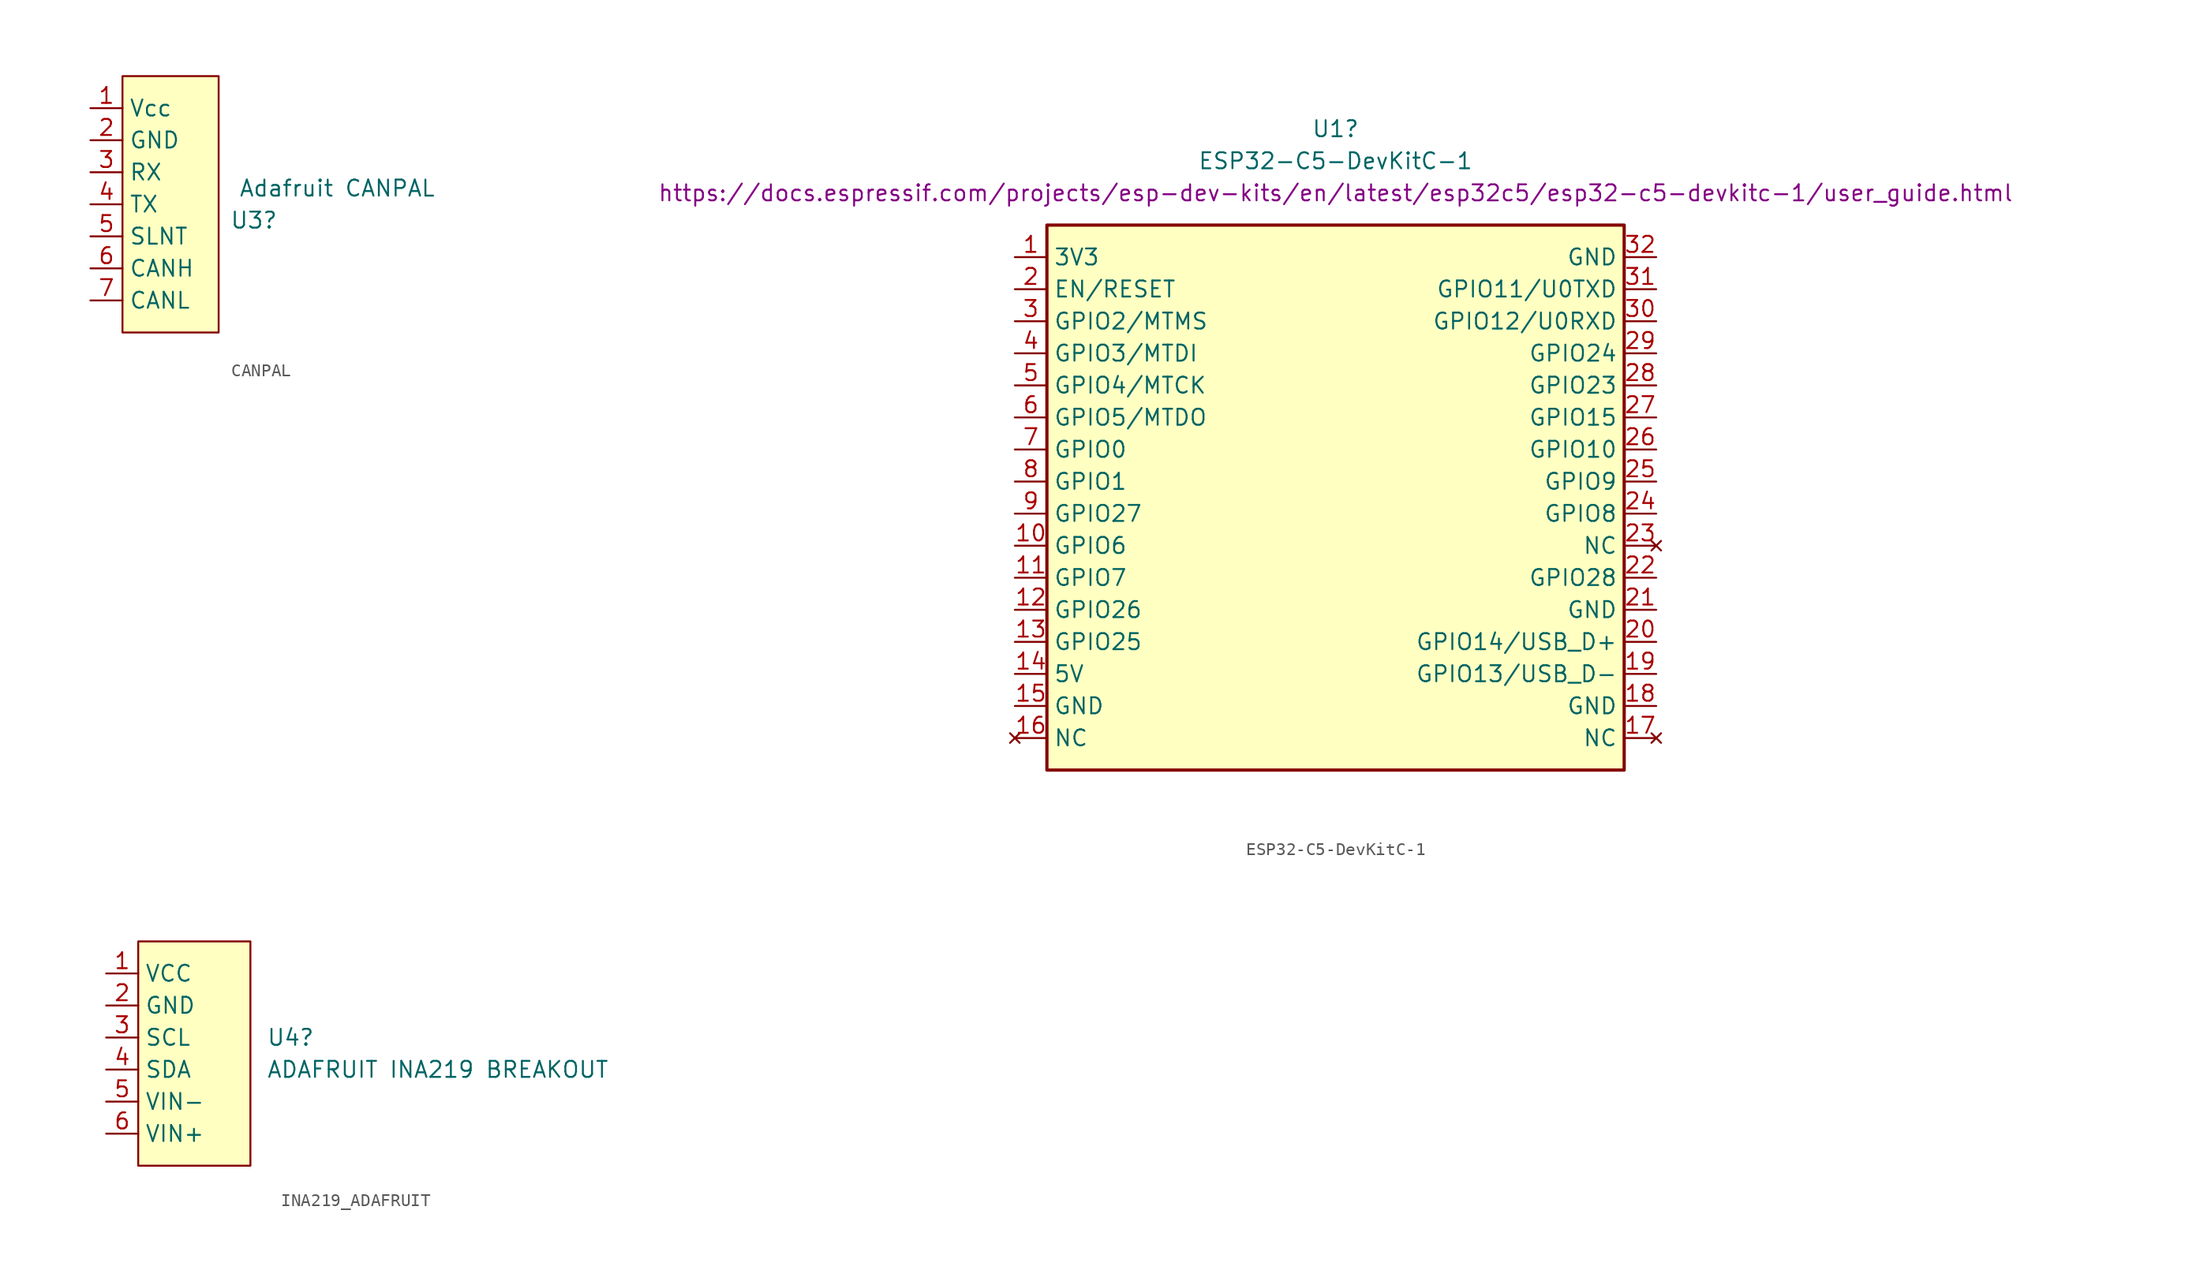
<source format=kicad_sym>
(kicad_symbol_lib
  (version 20241209)
  (generator "kicad_symbol_editor")
  (generator_version "9.0")
  (symbol "CANPAL"
    (property "Reference" "U3"
      (at 6.604 -13.97 0)
      (effects (font (size 1.27 1.27))))
    (property "Value" "Adafruit CANPAL"
      (at 13.208 -11.43 0)
      (effects (font (size 1.27 1.27))))
    (symbol "CANPAL_0_1"
      (rectangle (start -3.81 -2.54) (end 3.81 -22.86) (stroke (width 0) (type default)) (fill (type color) (color 255 255 194 1))))
    (symbol "CANPAL_1_1"
      (pin input line (at -6.35 -5.08 0) (length 2.54) (name "Vcc" (effects (font (size 1.27 1.27)))) (number "1" (effects (font (size 1.27 1.27)))))
      (pin input line (at -6.35 -7.62 0) (length 2.54) (name "GND" (effects (font (size 1.27 1.27)))) (number "2" (effects (font (size 1.27 1.27)))))
      (pin input line (at -6.35 -10.16 0) (length 2.54) (name "RX" (effects (font (size 1.27 1.27)))) (number "3" (effects (font (size 1.27 1.27)))))
      (pin input line (at -6.35 -12.7 0) (length 2.54) (name "TX" (effects (font (size 1.27 1.27)))) (number "4" (effects (font (size 1.27 1.27)))))
      (pin input line (at -6.35 -15.24 0) (length 2.54) (name "SLNT" (effects (font (size 1.27 1.27)))) (number "5" (effects (font (size 1.27 1.27)))))
      (pin input line (at -6.35 -17.78 0) (length 2.54) (name "CANH" (effects (font (size 1.27 1.27)))) (number "6" (effects (font (size 1.27 1.27)))))
      (pin input line (at -6.35 -20.32 0) (length 2.54) (name "CANL" (effects (font (size 1.27 1.27)))) (number "7" (effects (font (size 1.27 1.27)))))))
  (symbol "ESP32-C5-DevKitC-1"
    (property "Reference" "U1"
      (at 0 3.81 0)
      (effects (font (size 1.27 1.27))))
    (property "Value" "ESP32-C5-DevKitC-1"
      (at 0 1.27 0)
      (effects (font (size 1.27 1.27))))
    (property "Datasheet" "https://docs.espressif.com/projects/esp-dev-kits/en/latest/esp32c5/esp32-c5-devkitc-1/user_guide.html"
      (at 0 -1.27 0)
      (effects (font (size 1.27 1.27))))
    (symbol "ESP32-C5-DevKitC-1_0_1"
      (rectangle (start -22.86 -3.81) (end 22.86 -46.99) (stroke (width 0.254) (type default)) (fill (type background))))
    (symbol "ESP32-C5-DevKitC-1_1_0"
      (pin input line (at -25.4 -8.89 0) (length 2.54) (name "EN/RESET" (effects (font (size 1.27 1.27)))) (number "2" (effects (font (size 1.27 1.27)))))
      (pin power_in line (at -25.4 -39.37 0) (length 2.54) (name "5V" (effects (font (size 1.27 1.27)))) (number "14" (effects (font (size 1.27 1.27))))))
    (symbol "ESP32-C5-DevKitC-1_1_1"
      (pin power_in line (at -25.4 -6.35 0) (length 2.54) (name "3V3" (effects (font (size 1.27 1.27)))) (number "1" (effects (font (size 1.27 1.27)))))
      (pin bidirectional line (at -25.4 -11.43 0) (length 2.54) (name "GPIO2/MTMS" (effects (font (size 1.27 1.27)))) (number "3" (effects (font (size 1.27 1.27)))) (alternate "GPIO4" bidirectional line) (alternate "GPIO4/ADC1_CH4" bidirectional line) (alternate "GPIO4/FSPIHD" bidirectional line) (alternate "GPIO4/LP_GPIO4" bidirectional line) (alternate "GPIO4/LP_UART_RXD" bidirectional line))
      (pin bidirectional line (at -25.4 -13.97 0) (length 2.54) (name "GPIO3/MTDI" (effects (font (size 1.27 1.27)))) (number "4" (effects (font (size 1.27 1.27)))) (alternate "GPIO5" bidirectional line) (alternate "GPIO5/ADC1_CH5" bidirectional line) (alternate "GPIO5/FSPIWP" bidirectional line) (alternate "GPIO5/LP_GPIO5" bidirectional line) (alternate "GPIO5/LP_UART_TXD" bidirectional line))
      (pin bidirectional line (at -25.4 -16.51 0) (length 2.54) (name "GPIO4/MTCK" (effects (font (size 1.27 1.27)))) (number "5" (effects (font (size 1.27 1.27)))) (alternate "GPIO6/ADC1_CH6" bidirectional line) (alternate "GPIO6/FSPICLK" bidirectional line) (alternate "GPIO6/LP_GPIO6" bidirectional line) (alternate "GPIO6/LP_I2C_SDA" bidirectional line) (alternate "GPIO6/MTCK" bidirectional line))
      (pin bidirectional line (at -25.4 -19.05 0) (length 2.54) (name "GPIO5/MTDO" (effects (font (size 1.27 1.27)))) (number "6" (effects (font (size 1.27 1.27)))))
      (pin bidirectional line (at -25.4 -21.59 0) (length 2.54) (name "GPIO0" (effects (font (size 1.27 1.27)))) (number "7" (effects (font (size 1.27 1.27)))) (alternate "GPIO0/ADC1_CH0" bidirectional line) (alternate "GPIO0/LP_GPIO0" bidirectional line) (alternate "GPIO0/LP_UART_DTRN" bidirectional line) (alternate "GPIO0/XTAL_32K_P" bidirectional line))
      (pin bidirectional line (at -25.4 -24.13 0) (length 2.54) (name "GPIO1" (effects (font (size 1.27 1.27)))) (number "8" (effects (font (size 1.27 1.27)))) (alternate "GPIO1/ADC1_CH1" bidirectional line) (alternate "GPIO1/LP_GPIO1" bidirectional line) (alternate "GPIO1/LP_UART_DSRN" bidirectional line) (alternate "GPIO1/XTAL_32K_N" bidirectional line))
      (pin bidirectional line (at -25.4 -26.67 0) (length 2.54) (name "GPIO27" (effects (font (size 1.27 1.27)))) (number "9" (effects (font (size 1.27 1.27)))))
      (pin bidirectional line (at -25.4 -29.21 0) (length 2.54) (name "GPIO6" (effects (font (size 1.27 1.27)))) (number "10" (effects (font (size 1.27 1.27)))))
      (pin bidirectional line (at -25.4 -31.75 0) (length 2.54) (name "GPIO7" (effects (font (size 1.27 1.27)))) (number "11" (effects (font (size 1.27 1.27)))))
      (pin bidirectional line (at -25.4 -34.29 0) (length 2.54) (name "GPIO26" (effects (font (size 1.27 1.27)))) (number "12" (effects (font (size 1.27 1.27)))) (alternate "GPIO2/ADC1_CH2" bidirectional line) (alternate "GPIO2/FSPIQ" bidirectional line) (alternate "GPIO2/LP_GPIO2" bidirectional line) (alternate "GPIO2/LP_UART_RTSN" bidirectional line))
      (pin bidirectional line (at -25.4 -36.83 0) (length 2.54) (name "GPIO25" (effects (font (size 1.27 1.27)))) (number "13" (effects (font (size 1.27 1.27)))) (alternate "GPIO3/ADC1_CH3" bidirectional line) (alternate "GPIO3/LP_GPIO3" bidirectional line) (alternate "GPIO3/LP_UART_CTSN" bidirectional line))
      (pin power_in line (at -25.4 -41.91 0) (length 2.54) (name "GND" (effects (font (size 1.27 1.27)))) (number "15" (effects (font (size 1.27 1.27)))))
      (pin no_connect line (at -25.4 -44.45 0) (length 2.54) (name "NC" (effects (font (size 1.27 1.27)))) (number "16" (effects (font (size 1.27 1.27)))))
      (pin power_in line (at 25.4 -6.35 180) (length 2.54) (name "GND" (effects (font (size 1.27 1.27)))) (number "32" (effects (font (size 1.27 1.27)))))
      (pin bidirectional line (at 25.4 -8.89 180) (length 2.54) (name "GPIO11/U0TXD" (effects (font (size 1.27 1.27)))) (number "31" (effects (font (size 1.27 1.27)))) (alternate "GPIO16" bidirectional line) (alternate "GPIO16/FSPICS0" bidirectional line))
      (pin bidirectional line (at 25.4 -11.43 180) (length 2.54) (name "GPIO12/U0RXD" (effects (font (size 1.27 1.27)))) (number "30" (effects (font (size 1.27 1.27)))) (alternate "GPIO17" bidirectional line) (alternate "GPIO17/FSPICS1" bidirectional line))
      (pin bidirectional line (at 25.4 -13.97 180) (length 2.54) (name "GPIO24" (effects (font (size 1.27 1.27)))) (number "29" (effects (font (size 1.27 1.27)))))
      (pin bidirectional line (at 25.4 -16.51 180) (length 2.54) (name "GPIO23" (effects (font (size 1.27 1.27)))) (number "28" (effects (font (size 1.27 1.27)))) (alternate "GPIO23/SDIO_DATA3" bidirectional line))
      (pin bidirectional line (at 25.4 -19.05 180) (length 2.54) (name "GPIO15" (effects (font (size 1.27 1.27)))) (number "27" (effects (font (size 1.27 1.27)))) (alternate "GPIO22/SDIO_DATA2" bidirectional line))
      (pin bidirectional line (at 25.4 -21.59 180) (length 2.54) (name "GPIO10" (effects (font (size 1.27 1.27)))) (number "26" (effects (font (size 1.27 1.27)))) (alternate "GPIO21/FSPICS5" bidirectional line) (alternate "GPIO21/SDIO_DATA1" bidirectional line))
      (pin bidirectional line (at 25.4 -24.13 180) (length 2.54) (name "GPIO9" (effects (font (size 1.27 1.27)))) (number "25" (effects (font (size 1.27 1.27)))) (alternate "GPIO20/FSPICS4" bidirectional line) (alternate "GPIO20/SDIO_DATA0" bidirectional line))
      (pin bidirectional line (at 25.4 -26.67 180) (length 2.54) (name "GPIO8" (effects (font (size 1.27 1.27)))) (number "24" (effects (font (size 1.27 1.27)))) (alternate "GPIO19/FSPICS3" bidirectional line) (alternate "GPIO19/SDIO_CLK" bidirectional line))
      (pin no_connect line (at 25.4 -29.21 180) (length 2.54) (name "NC" (effects (font (size 1.27 1.27)))) (number "23" (effects (font (size 1.27 1.27)))) (alternate "GPIO18/FSPICS2" bidirectional line) (alternate "GPIO18/SDIO_CMD" bidirectional line))
      (pin bidirectional line (at 25.4 -31.75 180) (length 2.54) (name "GPIO28" (effects (font (size 1.27 1.27)))) (number "22" (effects (font (size 1.27 1.27)))))
      (pin power_in line (at 25.4 -34.29 180) (length 2.54) (name "GND" (effects (font (size 1.27 1.27)))) (number "21" (effects (font (size 1.27 1.27)))))
      (pin bidirectional line (at 25.4 -36.83 180) (length 2.54) (name "GPIO14/USB_D+" (effects (font (size 1.27 1.27)))) (number "20" (effects (font (size 1.27 1.27)))) (alternate "GPIO13" bidirectional line))
      (pin bidirectional line (at 25.4 -39.37 180) (length 2.54) (name "GPIO13/USB_D-" (effects (font (size 1.27 1.27)))) (number "19" (effects (font (size 1.27 1.27)))) (alternate "GPIO12" bidirectional line))
      (pin power_in line (at 25.4 -41.91 180) (length 2.54) (name "GND" (effects (font (size 1.27 1.27)))) (number "18" (effects (font (size 1.27 1.27)))))
      (pin no_connect line (at 25.4 -44.45 180) (length 2.54) (name "NC" (effects (font (size 1.27 1.27)))) (number "17" (effects (font (size 1.27 1.27)))))))
  (symbol "INA219_ADAFRUIT"
    (property "Reference" "U4"
      (at 12.7 -6.35 0)
      (effects (font (size 1.27 1.27)) (justify left)))
    (property "Value" "ADAFRUIT INA219 BREAKOUT"
      (at 12.7 -8.89 0)
      (effects (font (size 1.27 1.27)) (justify left)))
    (symbol "INA219_ADAFRUIT_0_1"
      (rectangle (start 2.54 1.27) (end 11.43 -16.51) (stroke (width 0) (type default)) (fill (type color) (color 255 255 194 1))))
    (symbol "INA219_ADAFRUIT_1_1"
      (pin input line (at 0 -1.27 0) (length 2.54) (name "VCC" (effects (font (size 1.27 1.27)))) (number "1" (effects (font (size 1.27 1.27)))))
      (pin input line (at 0 -3.81 0) (length 2.54) (name "GND" (effects (font (size 1.27 1.27)))) (number "2" (effects (font (size 1.27 1.27)))))
      (pin input line (at 0 -6.35 0) (length 2.54) (name "SCL" (effects (font (size 1.27 1.27)))) (number "3" (effects (font (size 1.27 1.27)))))
      (pin input line (at 0 -8.89 0) (length 2.54) (name "SDA" (effects (font (size 1.27 1.27)))) (number "4" (effects (font (size 1.27 1.27)))))
      (pin input line (at 0 -11.43 0) (length 2.54) (name "VIN-" (effects (font (size 1.27 1.27)))) (number "5" (effects (font (size 1.27 1.27)))))
      (pin input line (at 0 -13.97 0) (length 2.54) (name "VIN+" (effects (font (size 1.27 1.27)))) (number "6" (effects (font (size 1.27 1.27))))))))
</source>
